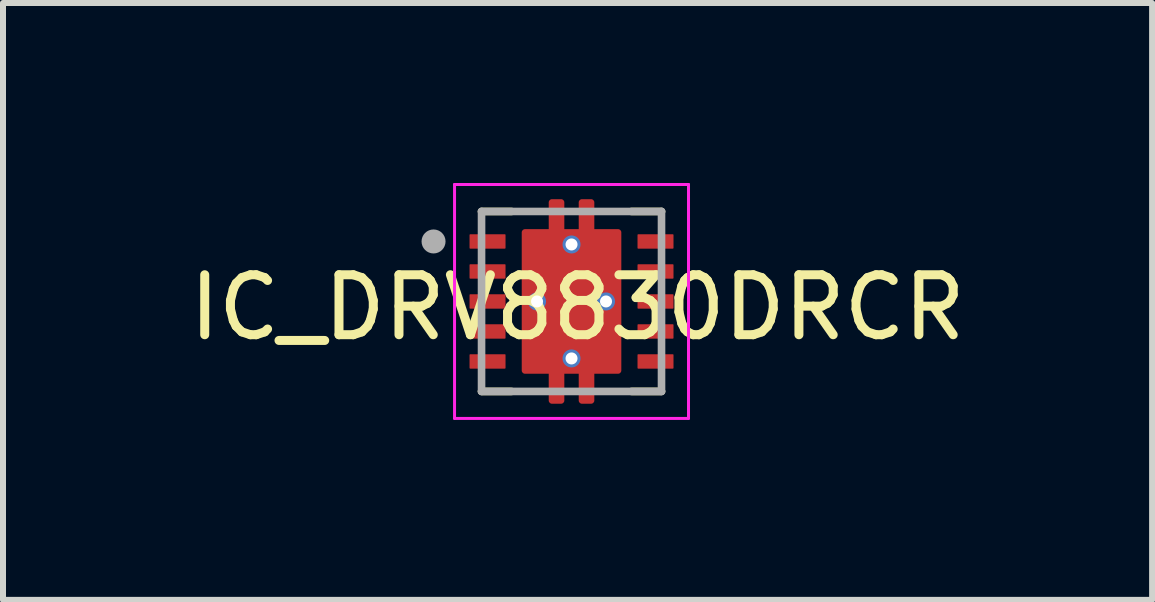
<source format=kicad_pcb>
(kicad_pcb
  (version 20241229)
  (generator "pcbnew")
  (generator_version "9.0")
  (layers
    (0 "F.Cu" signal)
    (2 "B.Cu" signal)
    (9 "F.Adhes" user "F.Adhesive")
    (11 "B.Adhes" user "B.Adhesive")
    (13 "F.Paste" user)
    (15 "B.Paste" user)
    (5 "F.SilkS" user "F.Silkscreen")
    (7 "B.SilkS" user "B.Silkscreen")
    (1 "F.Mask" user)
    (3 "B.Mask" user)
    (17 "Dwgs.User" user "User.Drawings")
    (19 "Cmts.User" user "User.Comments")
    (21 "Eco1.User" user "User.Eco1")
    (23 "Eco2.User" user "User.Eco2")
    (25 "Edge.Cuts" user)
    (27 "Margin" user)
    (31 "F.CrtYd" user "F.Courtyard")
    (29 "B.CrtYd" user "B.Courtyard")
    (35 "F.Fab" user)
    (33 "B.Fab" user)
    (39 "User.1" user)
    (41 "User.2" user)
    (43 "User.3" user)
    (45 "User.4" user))
  (footprint "IC_DRV8830DRCR"
    (layer "F.Cu")
    (at 6.477 1.975)
    (property "Reference" "IC_DRV8830DRCR" (at 0.1 0.1 0) (layer "F.SilkS") (effects (font (size 1 1) (thickness 0.15))))
    (attr smd)
    (fp_poly (pts (xy -1.65 -0.81) (xy -1.15 -0.81) (xy -1.144 -0.81) (xy -1.137 -0.811) (xy -1.131 -0.811) (xy -1.125 -0.813) (xy -1.119 -0.814) (xy -1.113 -0.816) (xy -1.107 -0.818) (xy -1.101 -0.82) (xy -1.096 -0.823) (xy -1.09 -0.826) (xy -1.085 -0.829) (xy -1.079 -0.833) (xy -1.074 -0.837) (xy -1.07 -0.841) (xy -1.065 -0.845) (xy -1.061 -0.85) (xy -1.057 -0.854) (xy -1.053 -0.859) (xy -1.049 -0.865) (xy -1.046 -0.87) (xy -1.043 -0.876) (xy -1.04 -0.881) (xy -1.038 -0.887) (xy -1.036 -0.893) (xy -1.034 -0.899) (xy -1.033 -0.905) (xy -1.031 -0.911) (xy -1.031 -0.917) (xy -1.03 -0.924) (xy -1.03 -0.93) (xy -1.03 -1.07) (xy -1.03 -1.076) (xy -1.031 -1.083) (xy -1.031 -1.089) (xy -1.033 -1.095) (xy -1.034 -1.101) (xy -1.036 -1.107) (xy -1.038 -1.113) (xy -1.04 -1.119) (xy -1.043 -1.124) (xy -1.046 -1.13) (xy -1.049 -1.135) (xy -1.053 -1.141) (xy -1.057 -1.146) (xy -1.061 -1.15) (xy -1.065 -1.155) (xy -1.07 -1.159) (xy -1.074 -1.163) (xy -1.079 -1.167) (xy -1.085 -1.171) (xy -1.09 -1.174) (xy -1.096 -1.177) (xy -1.101 -1.18) (xy -1.107 -1.182) (xy -1.113 -1.184) (xy -1.119 -1.186) (xy -1.125 -1.187) (xy -1.131 -1.189) (xy -1.137 -1.189) (xy -1.144 -1.19) (xy -1.15 -1.19) (xy -1.65 -1.19) (xy -1.656 -1.19) (xy -1.663 -1.189) (xy -1.669 -1.189) (xy -1.675 -1.187) (xy -1.681 -1.186) (xy -1.687 -1.184) (xy -1.693 -1.182) (xy -1.699 -1.18) (xy -1.704 -1.177) (xy -1.71 -1.174) (xy -1.715 -1.171) (xy -1.721 -1.167) (xy -1.726 -1.163) (xy -1.73 -1.159) (xy -1.735 -1.155) (xy -1.739 -1.15) (xy -1.743 -1.146) (xy -1.747 -1.141) (xy -1.751 -1.135) (xy -1.754 -1.13) (xy -1.757 -1.124) (xy -1.76 -1.119) (xy -1.762 -1.113) (xy -1.764 -1.107) (xy -1.766 -1.101) (xy -1.767 -1.095) (xy -1.769 -1.089) (xy -1.769 -1.083) (xy -1.77 -1.076) (xy -1.77 -1.07) (xy -1.77 -0.93) (xy -1.77 -0.924) (xy -1.769 -0.917) (xy -1.769 -0.911) (xy -1.767 -0.905) (xy -1.766 -0.899) (xy -1.764 -0.893) (xy -1.762 -0.887) (xy -1.76 -0.881) (xy -1.757 -0.876) (xy -1.754 -0.87) (xy -1.751 -0.865) (xy -1.747 -0.859) (xy -1.743 -0.854) (xy -1.739 -0.85) (xy -1.735 -0.845) (xy -1.73 -0.841) (xy -1.726 -0.837) (xy -1.721 -0.833) (xy -1.715 -0.829) (xy -1.71 -0.826) (xy -1.704 -0.823) (xy -1.699 -0.82) (xy -1.693 -0.818) (xy -1.687 -0.816) (xy -1.681 -0.814) (xy -1.675 -0.813) (xy -1.669 -0.811) (xy -1.663 -0.811) (xy -1.656 -0.81) (xy -1.65 -0.81)) (stroke (width 0.01) (type solid)) (fill yes) (layer "F.Mask"))
    (fp_poly (pts (xy -1.65 -0.31) (xy -1.15 -0.31) (xy -1.144 -0.31) (xy -1.137 -0.311) (xy -1.131 -0.311) (xy -1.125 -0.313) (xy -1.119 -0.314) (xy -1.113 -0.316) (xy -1.107 -0.318) (xy -1.101 -0.32) (xy -1.096 -0.323) (xy -1.09 -0.326) (xy -1.085 -0.329) (xy -1.079 -0.333) (xy -1.074 -0.337) (xy -1.07 -0.341) (xy -1.065 -0.345) (xy -1.061 -0.35) (xy -1.057 -0.354) (xy -1.053 -0.359) (xy -1.049 -0.365) (xy -1.046 -0.37) (xy -1.043 -0.376) (xy -1.04 -0.381) (xy -1.038 -0.387) (xy -1.036 -0.393) (xy -1.034 -0.399) (xy -1.033 -0.405) (xy -1.031 -0.411) (xy -1.031 -0.417) (xy -1.03 -0.424) (xy -1.03 -0.43) (xy -1.03 -0.57) (xy -1.03 -0.576) (xy -1.031 -0.583) (xy -1.031 -0.589) (xy -1.033 -0.595) (xy -1.034 -0.601) (xy -1.036 -0.607) (xy -1.038 -0.613) (xy -1.04 -0.619) (xy -1.043 -0.624) (xy -1.046 -0.63) (xy -1.049 -0.635) (xy -1.053 -0.641) (xy -1.057 -0.646) (xy -1.061 -0.65) (xy -1.065 -0.655) (xy -1.07 -0.659) (xy -1.074 -0.663) (xy -1.079 -0.667) (xy -1.085 -0.671) (xy -1.09 -0.674) (xy -1.096 -0.677) (xy -1.101 -0.68) (xy -1.107 -0.682) (xy -1.113 -0.684) (xy -1.119 -0.686) (xy -1.125 -0.687) (xy -1.131 -0.689) (xy -1.137 -0.689) (xy -1.144 -0.69) (xy -1.15 -0.69) (xy -1.65 -0.69) (xy -1.656 -0.69) (xy -1.663 -0.689) (xy -1.669 -0.689) (xy -1.675 -0.687) (xy -1.681 -0.686) (xy -1.687 -0.684) (xy -1.693 -0.682) (xy -1.699 -0.68) (xy -1.704 -0.677) (xy -1.71 -0.674) (xy -1.715 -0.671) (xy -1.721 -0.667) (xy -1.726 -0.663) (xy -1.73 -0.659) (xy -1.735 -0.655) (xy -1.739 -0.65) (xy -1.743 -0.646) (xy -1.747 -0.641) (xy -1.751 -0.635) (xy -1.754 -0.63) (xy -1.757 -0.624) (xy -1.76 -0.619) (xy -1.762 -0.613) (xy -1.764 -0.607) (xy -1.766 -0.601) (xy -1.767 -0.595) (xy -1.769 -0.589) (xy -1.769 -0.583) (xy -1.77 -0.576) (xy -1.77 -0.57) (xy -1.77 -0.43) (xy -1.77 -0.424) (xy -1.769 -0.417) (xy -1.769 -0.411) (xy -1.767 -0.405) (xy -1.766 -0.399) (xy -1.764 -0.393) (xy -1.762 -0.387) (xy -1.76 -0.381) (xy -1.757 -0.376) (xy -1.754 -0.37) (xy -1.751 -0.365) (xy -1.747 -0.359) (xy -1.743 -0.354) (xy -1.739 -0.35) (xy -1.735 -0.345) (xy -1.73 -0.341) (xy -1.726 -0.337) (xy -1.721 -0.333) (xy -1.715 -0.329) (xy -1.71 -0.326) (xy -1.704 -0.323) (xy -1.699 -0.32) (xy -1.693 -0.318) (xy -1.687 -0.316) (xy -1.681 -0.314) (xy -1.675 -0.313) (xy -1.669 -0.311) (xy -1.663 -0.311) (xy -1.656 -0.31) (xy -1.65 -0.31)) (stroke (width 0.01) (type solid)) (fill yes) (layer "F.Mask"))
    (fp_poly (pts (xy -1.65 0.19) (xy -1.15 0.19) (xy -1.144 0.19) (xy -1.137 0.189) (xy -1.131 0.189) (xy -1.125 0.187) (xy -1.119 0.186) (xy -1.113 0.184) (xy -1.107 0.182) (xy -1.101 0.18) (xy -1.096 0.177) (xy -1.09 0.174) (xy -1.085 0.171) (xy -1.079 0.167) (xy -1.074 0.163) (xy -1.07 0.159) (xy -1.065 0.155) (xy -1.061 0.15) (xy -1.057 0.146) (xy -1.053 0.141) (xy -1.049 0.135) (xy -1.046 0.13) (xy -1.043 0.124) (xy -1.04 0.119) (xy -1.038 0.113) (xy -1.036 0.107) (xy -1.034 0.101) (xy -1.033 0.095) (xy -1.031 0.089) (xy -1.031 0.083) (xy -1.03 0.076) (xy -1.03 0.07) (xy -1.03 -0.07) (xy -1.03 -0.076) (xy -1.031 -0.083) (xy -1.031 -0.089) (xy -1.033 -0.095) (xy -1.034 -0.101) (xy -1.036 -0.107) (xy -1.038 -0.113) (xy -1.04 -0.119) (xy -1.043 -0.124) (xy -1.046 -0.13) (xy -1.049 -0.135) (xy -1.053 -0.141) (xy -1.057 -0.146) (xy -1.061 -0.15) (xy -1.065 -0.155) (xy -1.07 -0.159) (xy -1.074 -0.163) (xy -1.079 -0.167) (xy -1.085 -0.171) (xy -1.09 -0.174) (xy -1.096 -0.177) (xy -1.101 -0.18) (xy -1.107 -0.182) (xy -1.113 -0.184) (xy -1.119 -0.186) (xy -1.125 -0.187) (xy -1.131 -0.189) (xy -1.137 -0.189) (xy -1.144 -0.19) (xy -1.15 -0.19) (xy -1.65 -0.19) (xy -1.656 -0.19) (xy -1.663 -0.189) (xy -1.669 -0.189) (xy -1.675 -0.187) (xy -1.681 -0.186) (xy -1.687 -0.184) (xy -1.693 -0.182) (xy -1.699 -0.18) (xy -1.704 -0.177) (xy -1.71 -0.174) (xy -1.715 -0.171) (xy -1.721 -0.167) (xy -1.726 -0.163) (xy -1.73 -0.159) (xy -1.735 -0.155) (xy -1.739 -0.15) (xy -1.743 -0.146) (xy -1.747 -0.141) (xy -1.751 -0.135) (xy -1.754 -0.13) (xy -1.757 -0.124) (xy -1.76 -0.119) (xy -1.762 -0.113) (xy -1.764 -0.107) (xy -1.766 -0.101) (xy -1.767 -0.095) (xy -1.769 -0.089) (xy -1.769 -0.083) (xy -1.77 -0.076) (xy -1.77 -0.07) (xy -1.77 0.07) (xy -1.77 0.076) (xy -1.769 0.083) (xy -1.769 0.089) (xy -1.767 0.095) (xy -1.766 0.101) (xy -1.764 0.107) (xy -1.762 0.113) (xy -1.76 0.119) (xy -1.757 0.124) (xy -1.754 0.13) (xy -1.751 0.135) (xy -1.747 0.141) (xy -1.743 0.146) (xy -1.739 0.15) (xy -1.735 0.155) (xy -1.73 0.159) (xy -1.726 0.163) (xy -1.721 0.167) (xy -1.715 0.171) (xy -1.71 0.174) (xy -1.704 0.177) (xy -1.699 0.18) (xy -1.693 0.182) (xy -1.687 0.184) (xy -1.681 0.186) (xy -1.675 0.187) (xy -1.669 0.189) (xy -1.663 0.189) (xy -1.656 0.19) (xy -1.65 0.19)) (stroke (width 0.01) (type solid)) (fill yes) (layer "F.Mask"))
    (fp_poly (pts (xy -1.65 0.69) (xy -1.15 0.69) (xy -1.144 0.69) (xy -1.137 0.689) (xy -1.131 0.689) (xy -1.125 0.687) (xy -1.119 0.686) (xy -1.113 0.684) (xy -1.107 0.682) (xy -1.101 0.68) (xy -1.096 0.677) (xy -1.09 0.674) (xy -1.085 0.671) (xy -1.079 0.667) (xy -1.074 0.663) (xy -1.07 0.659) (xy -1.065 0.655) (xy -1.061 0.65) (xy -1.057 0.646) (xy -1.053 0.641) (xy -1.049 0.635) (xy -1.046 0.63) (xy -1.043 0.624) (xy -1.04 0.619) (xy -1.038 0.613) (xy -1.036 0.607) (xy -1.034 0.601) (xy -1.033 0.595) (xy -1.031 0.589) (xy -1.031 0.583) (xy -1.03 0.576) (xy -1.03 0.57) (xy -1.03 0.43) (xy -1.03 0.424) (xy -1.031 0.417) (xy -1.031 0.411) (xy -1.033 0.405) (xy -1.034 0.399) (xy -1.036 0.393) (xy -1.038 0.387) (xy -1.04 0.381) (xy -1.043 0.376) (xy -1.046 0.37) (xy -1.049 0.365) (xy -1.053 0.359) (xy -1.057 0.354) (xy -1.061 0.35) (xy -1.065 0.345) (xy -1.07 0.341) (xy -1.074 0.337) (xy -1.079 0.333) (xy -1.085 0.329) (xy -1.09 0.326) (xy -1.096 0.323) (xy -1.101 0.32) (xy -1.107 0.318) (xy -1.113 0.316) (xy -1.119 0.314) (xy -1.125 0.313) (xy -1.131 0.311) (xy -1.137 0.311) (xy -1.144 0.31) (xy -1.15 0.31) (xy -1.65 0.31) (xy -1.656 0.31) (xy -1.663 0.311) (xy -1.669 0.311) (xy -1.675 0.313) (xy -1.681 0.314) (xy -1.687 0.316) (xy -1.693 0.318) (xy -1.699 0.32) (xy -1.704 0.323) (xy -1.71 0.326) (xy -1.715 0.329) (xy -1.721 0.333) (xy -1.726 0.337) (xy -1.73 0.341) (xy -1.735 0.345) (xy -1.739 0.35) (xy -1.743 0.354) (xy -1.747 0.359) (xy -1.751 0.365) (xy -1.754 0.37) (xy -1.757 0.376) (xy -1.76 0.381) (xy -1.762 0.387) (xy -1.764 0.393) (xy -1.766 0.399) (xy -1.767 0.405) (xy -1.769 0.411) (xy -1.769 0.417) (xy -1.77 0.424) (xy -1.77 0.43) (xy -1.77 0.57) (xy -1.77 0.576) (xy -1.769 0.583) (xy -1.769 0.589) (xy -1.767 0.595) (xy -1.766 0.601) (xy -1.764 0.607) (xy -1.762 0.613) (xy -1.76 0.619) (xy -1.757 0.624) (xy -1.754 0.63) (xy -1.751 0.635) (xy -1.747 0.641) (xy -1.743 0.646) (xy -1.739 0.65) (xy -1.735 0.655) (xy -1.73 0.659) (xy -1.726 0.663) (xy -1.721 0.667) (xy -1.715 0.671) (xy -1.71 0.674) (xy -1.704 0.677) (xy -1.699 0.68) (xy -1.693 0.682) (xy -1.687 0.684) (xy -1.681 0.686) (xy -1.675 0.687) (xy -1.669 0.689) (xy -1.663 0.689) (xy -1.656 0.69) (xy -1.65 0.69)) (stroke (width 0.01) (type solid)) (fill yes) (layer "F.Mask"))
    (fp_poly (pts (xy -1.65 1.19) (xy -1.15 1.19) (xy -1.144 1.19) (xy -1.137 1.189) (xy -1.131 1.189) (xy -1.125 1.187) (xy -1.119 1.186) (xy -1.113 1.184) (xy -1.107 1.182) (xy -1.101 1.18) (xy -1.096 1.177) (xy -1.09 1.174) (xy -1.085 1.171) (xy -1.079 1.167) (xy -1.074 1.163) (xy -1.07 1.159) (xy -1.065 1.155) (xy -1.061 1.15) (xy -1.057 1.146) (xy -1.053 1.141) (xy -1.049 1.135) (xy -1.046 1.13) (xy -1.043 1.124) (xy -1.04 1.119) (xy -1.038 1.113) (xy -1.036 1.107) (xy -1.034 1.101) (xy -1.033 1.095) (xy -1.031 1.089) (xy -1.031 1.083) (xy -1.03 1.076) (xy -1.03 1.07) (xy -1.03 0.93) (xy -1.03 0.924) (xy -1.031 0.917) (xy -1.031 0.911) (xy -1.033 0.905) (xy -1.034 0.899) (xy -1.036 0.893) (xy -1.038 0.887) (xy -1.04 0.881) (xy -1.043 0.876) (xy -1.046 0.87) (xy -1.049 0.865) (xy -1.053 0.859) (xy -1.057 0.854) (xy -1.061 0.85) (xy -1.065 0.845) (xy -1.07 0.841) (xy -1.074 0.837) (xy -1.079 0.833) (xy -1.085 0.829) (xy -1.09 0.826) (xy -1.096 0.823) (xy -1.101 0.82) (xy -1.107 0.818) (xy -1.113 0.816) (xy -1.119 0.814) (xy -1.125 0.813) (xy -1.131 0.811) (xy -1.137 0.811) (xy -1.144 0.81) (xy -1.15 0.81) (xy -1.65 0.81) (xy -1.656 0.81) (xy -1.663 0.811) (xy -1.669 0.811) (xy -1.675 0.813) (xy -1.681 0.814) (xy -1.687 0.816) (xy -1.693 0.818) (xy -1.699 0.82) (xy -1.704 0.823) (xy -1.71 0.826) (xy -1.715 0.829) (xy -1.721 0.833) (xy -1.726 0.837) (xy -1.73 0.841) (xy -1.735 0.845) (xy -1.739 0.85) (xy -1.743 0.854) (xy -1.747 0.859) (xy -1.751 0.865) (xy -1.754 0.87) (xy -1.757 0.876) (xy -1.76 0.881) (xy -1.762 0.887) (xy -1.764 0.893) (xy -1.766 0.899) (xy -1.767 0.905) (xy -1.769 0.911) (xy -1.769 0.917) (xy -1.77 0.924) (xy -1.77 0.93) (xy -1.77 1.07) (xy -1.77 1.076) (xy -1.769 1.083) (xy -1.769 1.089) (xy -1.767 1.095) (xy -1.766 1.101) (xy -1.764 1.107) (xy -1.762 1.113) (xy -1.76 1.119) (xy -1.757 1.124) (xy -1.754 1.13) (xy -1.751 1.135) (xy -1.747 1.141) (xy -1.743 1.146) (xy -1.739 1.15) (xy -1.735 1.155) (xy -1.73 1.159) (xy -1.726 1.163) (xy -1.721 1.167) (xy -1.715 1.171) (xy -1.71 1.174) (xy -1.704 1.177) (xy -1.699 1.18) (xy -1.693 1.182) (xy -1.687 1.184) (xy -1.681 1.186) (xy -1.675 1.187) (xy -1.669 1.189) (xy -1.663 1.189) (xy -1.656 1.19) (xy -1.65 1.19)) (stroke (width 0.01) (type solid)) (fill yes) (layer "F.Mask"))
    (fp_poly (pts (xy 1.15 -0.81) (xy 1.65 -0.81) (xy 1.656 -0.81) (xy 1.663 -0.811) (xy 1.669 -0.811) (xy 1.675 -0.813) (xy 1.681 -0.814) (xy 1.687 -0.816) (xy 1.693 -0.818) (xy 1.699 -0.82) (xy 1.704 -0.823) (xy 1.71 -0.826) (xy 1.715 -0.829) (xy 1.721 -0.833) (xy 1.726 -0.837) (xy 1.73 -0.841) (xy 1.735 -0.845) (xy 1.739 -0.85) (xy 1.743 -0.854) (xy 1.747 -0.859) (xy 1.751 -0.865) (xy 1.754 -0.87) (xy 1.757 -0.876) (xy 1.76 -0.881) (xy 1.762 -0.887) (xy 1.764 -0.893) (xy 1.766 -0.899) (xy 1.767 -0.905) (xy 1.769 -0.911) (xy 1.769 -0.917) (xy 1.77 -0.924) (xy 1.77 -0.93) (xy 1.77 -1.07) (xy 1.77 -1.076) (xy 1.769 -1.083) (xy 1.769 -1.089) (xy 1.767 -1.095) (xy 1.766 -1.101) (xy 1.764 -1.107) (xy 1.762 -1.113) (xy 1.76 -1.119) (xy 1.757 -1.124) (xy 1.754 -1.13) (xy 1.751 -1.135) (xy 1.747 -1.141) (xy 1.743 -1.146) (xy 1.739 -1.15) (xy 1.735 -1.155) (xy 1.73 -1.159) (xy 1.726 -1.163) (xy 1.721 -1.167) (xy 1.715 -1.171) (xy 1.71 -1.174) (xy 1.704 -1.177) (xy 1.699 -1.18) (xy 1.693 -1.182) (xy 1.687 -1.184) (xy 1.681 -1.186) (xy 1.675 -1.187) (xy 1.669 -1.189) (xy 1.663 -1.189) (xy 1.656 -1.19) (xy 1.65 -1.19) (xy 1.15 -1.19) (xy 1.144 -1.19) (xy 1.137 -1.189) (xy 1.131 -1.189) (xy 1.125 -1.187) (xy 1.119 -1.186) (xy 1.113 -1.184) (xy 1.107 -1.182) (xy 1.101 -1.18) (xy 1.096 -1.177) (xy 1.09 -1.174) (xy 1.085 -1.171) (xy 1.079 -1.167) (xy 1.074 -1.163) (xy 1.07 -1.159) (xy 1.065 -1.155) (xy 1.061 -1.15) (xy 1.057 -1.146) (xy 1.053 -1.141) (xy 1.049 -1.135) (xy 1.046 -1.13) (xy 1.043 -1.124) (xy 1.04 -1.119) (xy 1.038 -1.113) (xy 1.036 -1.107) (xy 1.034 -1.101) (xy 1.033 -1.095) (xy 1.031 -1.089) (xy 1.031 -1.083) (xy 1.03 -1.076) (xy 1.03 -1.07) (xy 1.03 -0.93) (xy 1.03 -0.924) (xy 1.031 -0.917) (xy 1.031 -0.911) (xy 1.033 -0.905) (xy 1.034 -0.899) (xy 1.036 -0.893) (xy 1.038 -0.887) (xy 1.04 -0.881) (xy 1.043 -0.876) (xy 1.046 -0.87) (xy 1.049 -0.865) (xy 1.053 -0.859) (xy 1.057 -0.854) (xy 1.061 -0.85) (xy 1.065 -0.845) (xy 1.07 -0.841) (xy 1.074 -0.837) (xy 1.079 -0.833) (xy 1.085 -0.829) (xy 1.09 -0.826) (xy 1.096 -0.823) (xy 1.101 -0.82) (xy 1.107 -0.818) (xy 1.113 -0.816) (xy 1.119 -0.814) (xy 1.125 -0.813) (xy 1.131 -0.811) (xy 1.137 -0.811) (xy 1.144 -0.81) (xy 1.15 -0.81)) (stroke (width 0.01) (type solid)) (fill yes) (layer "F.Mask"))
    (fp_poly (pts (xy 1.15 -0.31) (xy 1.65 -0.31) (xy 1.656 -0.31) (xy 1.663 -0.311) (xy 1.669 -0.311) (xy 1.675 -0.313) (xy 1.681 -0.314) (xy 1.687 -0.316) (xy 1.693 -0.318) (xy 1.699 -0.32) (xy 1.704 -0.323) (xy 1.71 -0.326) (xy 1.715 -0.329) (xy 1.721 -0.333) (xy 1.726 -0.337) (xy 1.73 -0.341) (xy 1.735 -0.345) (xy 1.739 -0.35) (xy 1.743 -0.354) (xy 1.747 -0.359) (xy 1.751 -0.365) (xy 1.754 -0.37) (xy 1.757 -0.376) (xy 1.76 -0.381) (xy 1.762 -0.387) (xy 1.764 -0.393) (xy 1.766 -0.399) (xy 1.767 -0.405) (xy 1.769 -0.411) (xy 1.769 -0.417) (xy 1.77 -0.424) (xy 1.77 -0.43) (xy 1.77 -0.57) (xy 1.77 -0.576) (xy 1.769 -0.583) (xy 1.769 -0.589) (xy 1.767 -0.595) (xy 1.766 -0.601) (xy 1.764 -0.607) (xy 1.762 -0.613) (xy 1.76 -0.619) (xy 1.757 -0.624) (xy 1.754 -0.63) (xy 1.751 -0.635) (xy 1.747 -0.641) (xy 1.743 -0.646) (xy 1.739 -0.65) (xy 1.735 -0.655) (xy 1.73 -0.659) (xy 1.726 -0.663) (xy 1.721 -0.667) (xy 1.715 -0.671) (xy 1.71 -0.674) (xy 1.704 -0.677) (xy 1.699 -0.68) (xy 1.693 -0.682) (xy 1.687 -0.684) (xy 1.681 -0.686) (xy 1.675 -0.687) (xy 1.669 -0.689) (xy 1.663 -0.689) (xy 1.656 -0.69) (xy 1.65 -0.69) (xy 1.15 -0.69) (xy 1.144 -0.69) (xy 1.137 -0.689) (xy 1.131 -0.689) (xy 1.125 -0.687) (xy 1.119 -0.686) (xy 1.113 -0.684) (xy 1.107 -0.682) (xy 1.101 -0.68) (xy 1.096 -0.677) (xy 1.09 -0.674) (xy 1.085 -0.671) (xy 1.079 -0.667) (xy 1.074 -0.663) (xy 1.07 -0.659) (xy 1.065 -0.655) (xy 1.061 -0.65) (xy 1.057 -0.646) (xy 1.053 -0.641) (xy 1.049 -0.635) (xy 1.046 -0.63) (xy 1.043 -0.624) (xy 1.04 -0.619) (xy 1.038 -0.613) (xy 1.036 -0.607) (xy 1.034 -0.601) (xy 1.033 -0.595) (xy 1.031 -0.589) (xy 1.031 -0.583) (xy 1.03 -0.576) (xy 1.03 -0.57) (xy 1.03 -0.43) (xy 1.03 -0.424) (xy 1.031 -0.417) (xy 1.031 -0.411) (xy 1.033 -0.405) (xy 1.034 -0.399) (xy 1.036 -0.393) (xy 1.038 -0.387) (xy 1.04 -0.381) (xy 1.043 -0.376) (xy 1.046 -0.37) (xy 1.049 -0.365) (xy 1.053 -0.359) (xy 1.057 -0.354) (xy 1.061 -0.35) (xy 1.065 -0.345) (xy 1.07 -0.341) (xy 1.074 -0.337) (xy 1.079 -0.333) (xy 1.085 -0.329) (xy 1.09 -0.326) (xy 1.096 -0.323) (xy 1.101 -0.32) (xy 1.107 -0.318) (xy 1.113 -0.316) (xy 1.119 -0.314) (xy 1.125 -0.313) (xy 1.131 -0.311) (xy 1.137 -0.311) (xy 1.144 -0.31) (xy 1.15 -0.31)) (stroke (width 0.01) (type solid)) (fill yes) (layer "F.Mask"))
    (fp_poly (pts (xy 1.15 0.19) (xy 1.65 0.19) (xy 1.656 0.19) (xy 1.663 0.189) (xy 1.669 0.189) (xy 1.675 0.187) (xy 1.681 0.186) (xy 1.687 0.184) (xy 1.693 0.182) (xy 1.699 0.18) (xy 1.704 0.177) (xy 1.71 0.174) (xy 1.715 0.171) (xy 1.721 0.167) (xy 1.726 0.163) (xy 1.73 0.159) (xy 1.735 0.155) (xy 1.739 0.15) (xy 1.743 0.146) (xy 1.747 0.141) (xy 1.751 0.135) (xy 1.754 0.13) (xy 1.757 0.124) (xy 1.76 0.119) (xy 1.762 0.113) (xy 1.764 0.107) (xy 1.766 0.101) (xy 1.767 0.095) (xy 1.769 0.089) (xy 1.769 0.083) (xy 1.77 0.076) (xy 1.77 0.07) (xy 1.77 -0.07) (xy 1.77 -0.076) (xy 1.769 -0.083) (xy 1.769 -0.089) (xy 1.767 -0.095) (xy 1.766 -0.101) (xy 1.764 -0.107) (xy 1.762 -0.113) (xy 1.76 -0.119) (xy 1.757 -0.124) (xy 1.754 -0.13) (xy 1.751 -0.135) (xy 1.747 -0.141) (xy 1.743 -0.146) (xy 1.739 -0.15) (xy 1.735 -0.155) (xy 1.73 -0.159) (xy 1.726 -0.163) (xy 1.721 -0.167) (xy 1.715 -0.171) (xy 1.71 -0.174) (xy 1.704 -0.177) (xy 1.699 -0.18) (xy 1.693 -0.182) (xy 1.687 -0.184) (xy 1.681 -0.186) (xy 1.675 -0.187) (xy 1.669 -0.189) (xy 1.663 -0.189) (xy 1.656 -0.19) (xy 1.65 -0.19) (xy 1.15 -0.19) (xy 1.144 -0.19) (xy 1.137 -0.189) (xy 1.131 -0.189) (xy 1.125 -0.187) (xy 1.119 -0.186) (xy 1.113 -0.184) (xy 1.107 -0.182) (xy 1.101 -0.18) (xy 1.096 -0.177) (xy 1.09 -0.174) (xy 1.085 -0.171) (xy 1.079 -0.167) (xy 1.074 -0.163) (xy 1.07 -0.159) (xy 1.065 -0.155) (xy 1.061 -0.15) (xy 1.057 -0.146) (xy 1.053 -0.141) (xy 1.049 -0.135) (xy 1.046 -0.13) (xy 1.043 -0.124) (xy 1.04 -0.119) (xy 1.038 -0.113) (xy 1.036 -0.107) (xy 1.034 -0.101) (xy 1.033 -0.095) (xy 1.031 -0.089) (xy 1.031 -0.083) (xy 1.03 -0.076) (xy 1.03 -0.07) (xy 1.03 0.07) (xy 1.03 0.076) (xy 1.031 0.083) (xy 1.031 0.089) (xy 1.033 0.095) (xy 1.034 0.101) (xy 1.036 0.107) (xy 1.038 0.113) (xy 1.04 0.119) (xy 1.043 0.124) (xy 1.046 0.13) (xy 1.049 0.135) (xy 1.053 0.141) (xy 1.057 0.146) (xy 1.061 0.15) (xy 1.065 0.155) (xy 1.07 0.159) (xy 1.074 0.163) (xy 1.079 0.167) (xy 1.085 0.171) (xy 1.09 0.174) (xy 1.096 0.177) (xy 1.101 0.18) (xy 1.107 0.182) (xy 1.113 0.184) (xy 1.119 0.186) (xy 1.125 0.187) (xy 1.131 0.189) (xy 1.137 0.189) (xy 1.144 0.19) (xy 1.15 0.19)) (stroke (width 0.01) (type solid)) (fill yes) (layer "F.Mask"))
    (fp_poly (pts (xy 1.15 0.69) (xy 1.65 0.69) (xy 1.656 0.69) (xy 1.663 0.689) (xy 1.669 0.689) (xy 1.675 0.687) (xy 1.681 0.686) (xy 1.687 0.684) (xy 1.693 0.682) (xy 1.699 0.68) (xy 1.704 0.677) (xy 1.71 0.674) (xy 1.715 0.671) (xy 1.721 0.667) (xy 1.726 0.663) (xy 1.73 0.659) (xy 1.735 0.655) (xy 1.739 0.65) (xy 1.743 0.646) (xy 1.747 0.641) (xy 1.751 0.635) (xy 1.754 0.63) (xy 1.757 0.624) (xy 1.76 0.619) (xy 1.762 0.613) (xy 1.764 0.607) (xy 1.766 0.601) (xy 1.767 0.595) (xy 1.769 0.589) (xy 1.769 0.583) (xy 1.77 0.576) (xy 1.77 0.57) (xy 1.77 0.43) (xy 1.77 0.424) (xy 1.769 0.417) (xy 1.769 0.411) (xy 1.767 0.405) (xy 1.766 0.399) (xy 1.764 0.393) (xy 1.762 0.387) (xy 1.76 0.381) (xy 1.757 0.376) (xy 1.754 0.37) (xy 1.751 0.365) (xy 1.747 0.359) (xy 1.743 0.354) (xy 1.739 0.35) (xy 1.735 0.345) (xy 1.73 0.341) (xy 1.726 0.337) (xy 1.721 0.333) (xy 1.715 0.329) (xy 1.71 0.326) (xy 1.704 0.323) (xy 1.699 0.32) (xy 1.693 0.318) (xy 1.687 0.316) (xy 1.681 0.314) (xy 1.675 0.313) (xy 1.669 0.311) (xy 1.663 0.311) (xy 1.656 0.31) (xy 1.65 0.31) (xy 1.15 0.31) (xy 1.144 0.31) (xy 1.137 0.311) (xy 1.131 0.311) (xy 1.125 0.313) (xy 1.119 0.314) (xy 1.113 0.316) (xy 1.107 0.318) (xy 1.101 0.32) (xy 1.096 0.323) (xy 1.09 0.326) (xy 1.085 0.329) (xy 1.079 0.333) (xy 1.074 0.337) (xy 1.07 0.341) (xy 1.065 0.345) (xy 1.061 0.35) (xy 1.057 0.354) (xy 1.053 0.359) (xy 1.049 0.365) (xy 1.046 0.37) (xy 1.043 0.376) (xy 1.04 0.381) (xy 1.038 0.387) (xy 1.036 0.393) (xy 1.034 0.399) (xy 1.033 0.405) (xy 1.031 0.411) (xy 1.031 0.417) (xy 1.03 0.424) (xy 1.03 0.43) (xy 1.03 0.57) (xy 1.03 0.576) (xy 1.031 0.583) (xy 1.031 0.589) (xy 1.033 0.595) (xy 1.034 0.601) (xy 1.036 0.607) (xy 1.038 0.613) (xy 1.04 0.619) (xy 1.043 0.624) (xy 1.046 0.63) (xy 1.049 0.635) (xy 1.053 0.641) (xy 1.057 0.646) (xy 1.061 0.65) (xy 1.065 0.655) (xy 1.07 0.659) (xy 1.074 0.663) (xy 1.079 0.667) (xy 1.085 0.671) (xy 1.09 0.674) (xy 1.096 0.677) (xy 1.101 0.68) (xy 1.107 0.682) (xy 1.113 0.684) (xy 1.119 0.686) (xy 1.125 0.687) (xy 1.131 0.689) (xy 1.137 0.689) (xy 1.144 0.69) (xy 1.15 0.69)) (stroke (width 0.01) (type solid)) (fill yes) (layer "F.Mask"))
    (fp_poly (pts (xy 1.15 1.19) (xy 1.65 1.19) (xy 1.656 1.19) (xy 1.663 1.189) (xy 1.669 1.189) (xy 1.675 1.187) (xy 1.681 1.186) (xy 1.687 1.184) (xy 1.693 1.182) (xy 1.699 1.18) (xy 1.704 1.177) (xy 1.71 1.174) (xy 1.715 1.171) (xy 1.721 1.167) (xy 1.726 1.163) (xy 1.73 1.159) (xy 1.735 1.155) (xy 1.739 1.15) (xy 1.743 1.146) (xy 1.747 1.141) (xy 1.751 1.135) (xy 1.754 1.13) (xy 1.757 1.124) (xy 1.76 1.119) (xy 1.762 1.113) (xy 1.764 1.107) (xy 1.766 1.101) (xy 1.767 1.095) (xy 1.769 1.089) (xy 1.769 1.083) (xy 1.77 1.076) (xy 1.77 1.07) (xy 1.77 0.93) (xy 1.77 0.924) (xy 1.769 0.917) (xy 1.769 0.911) (xy 1.767 0.905) (xy 1.766 0.899) (xy 1.764 0.893) (xy 1.762 0.887) (xy 1.76 0.881) (xy 1.757 0.876) (xy 1.754 0.87) (xy 1.751 0.865) (xy 1.747 0.859) (xy 1.743 0.854) (xy 1.739 0.85) (xy 1.735 0.845) (xy 1.73 0.841) (xy 1.726 0.837) (xy 1.721 0.833) (xy 1.715 0.829) (xy 1.71 0.826) (xy 1.704 0.823) (xy 1.699 0.82) (xy 1.693 0.818) (xy 1.687 0.816) (xy 1.681 0.814) (xy 1.675 0.813) (xy 1.669 0.811) (xy 1.663 0.811) (xy 1.656 0.81) (xy 1.65 0.81) (xy 1.15 0.81) (xy 1.144 0.81) (xy 1.137 0.811) (xy 1.131 0.811) (xy 1.125 0.813) (xy 1.119 0.814) (xy 1.113 0.816) (xy 1.107 0.818) (xy 1.101 0.82) (xy 1.096 0.823) (xy 1.09 0.826) (xy 1.085 0.829) (xy 1.079 0.833) (xy 1.074 0.837) (xy 1.07 0.841) (xy 1.065 0.845) (xy 1.061 0.85) (xy 1.057 0.854) (xy 1.053 0.859) (xy 1.049 0.865) (xy 1.046 0.87) (xy 1.043 0.876) (xy 1.04 0.881) (xy 1.038 0.887) (xy 1.036 0.893) (xy 1.034 0.899) (xy 1.033 0.905) (xy 1.031 0.911) (xy 1.031 0.917) (xy 1.03 0.924) (xy 1.03 0.93) (xy 1.03 1.07) (xy 1.03 1.076) (xy 1.031 1.083) (xy 1.031 1.089) (xy 1.033 1.095) (xy 1.034 1.101) (xy 1.036 1.107) (xy 1.038 1.113) (xy 1.04 1.119) (xy 1.043 1.124) (xy 1.046 1.13) (xy 1.049 1.135) (xy 1.053 1.141) (xy 1.057 1.146) (xy 1.061 1.15) (xy 1.065 1.155) (xy 1.07 1.159) (xy 1.074 1.163) (xy 1.079 1.167) (xy 1.085 1.171) (xy 1.09 1.174) (xy 1.096 1.177) (xy 1.101 1.18) (xy 1.107 1.182) (xy 1.113 1.184) (xy 1.119 1.186) (xy 1.125 1.187) (xy 1.131 1.189) (xy 1.137 1.189) (xy 1.144 1.19) (xy 1.15 1.19)) (stroke (width 0.01) (type solid)) (fill yes) (layer "F.Mask"))
    (fp_poly (pts (xy -0.445 1.27) (xy -0.775 1.27) (xy -0.781 1.27) (xy -0.788 1.269) (xy -0.794 1.269) (xy -0.8 1.267) (xy -0.806 1.266) (xy -0.812 1.264) (xy -0.818 1.262) (xy -0.824 1.26) (xy -0.829 1.257) (xy -0.835 1.254) (xy -0.84 1.251) (xy -0.846 1.247) (xy -0.851 1.243) (xy -0.855 1.239) (xy -0.86 1.235) (xy -0.864 1.23) (xy -0.868 1.226) (xy -0.872 1.221) (xy -0.876 1.215) (xy -0.879 1.21) (xy -0.882 1.204) (xy -0.885 1.199) (xy -0.887 1.193) (xy -0.889 1.187) (xy -0.891 1.181) (xy -0.892 1.175) (xy -0.894 1.169) (xy -0.894 1.163) (xy -0.895 1.156) (xy -0.895 1.15) (xy -0.895 -1.15) (xy -0.895 -1.156) (xy -0.894 -1.163) (xy -0.894 -1.169) (xy -0.892 -1.175) (xy -0.891 -1.181) (xy -0.889 -1.187) (xy -0.887 -1.193) (xy -0.885 -1.199) (xy -0.882 -1.204) (xy -0.879 -1.21) (xy -0.876 -1.215) (xy -0.872 -1.221) (xy -0.868 -1.226) (xy -0.864 -1.23) (xy -0.86 -1.235) (xy -0.855 -1.239) (xy -0.851 -1.243) (xy -0.846 -1.247) (xy -0.84 -1.251) (xy -0.835 -1.254) (xy -0.829 -1.257) (xy -0.824 -1.26) (xy -0.818 -1.262) (xy -0.812 -1.264) (xy -0.806 -1.266) (xy -0.8 -1.267) (xy -0.794 -1.269) (xy -0.788 -1.269) (xy -0.781 -1.27) (xy -0.775 -1.27) (xy -0.445 -1.27) (xy -0.445 -1.65) (xy -0.445 -1.656) (xy -0.444 -1.663) (xy -0.444 -1.669) (xy -0.442 -1.675) (xy -0.441 -1.681) (xy -0.439 -1.687) (xy -0.437 -1.693) (xy -0.435 -1.699) (xy -0.432 -1.704) (xy -0.429 -1.71) (xy -0.426 -1.715) (xy -0.422 -1.721) (xy -0.418 -1.726) (xy -0.414 -1.73) (xy -0.41 -1.735) (xy -0.405 -1.739) (xy -0.401 -1.743) (xy -0.396 -1.747) (xy -0.39 -1.751) (xy -0.385 -1.754) (xy -0.379 -1.757) (xy -0.374 -1.76) (xy -0.368 -1.762) (xy -0.362 -1.764) (xy -0.356 -1.766) (xy -0.35 -1.767) (xy -0.344 -1.769) (xy -0.338 -1.769) (xy -0.331 -1.77) (xy -0.325 -1.77) (xy -0.175 -1.77) (xy -0.169 -1.77) (xy -0.162 -1.769) (xy -0.156 -1.769) (xy -0.15 -1.767) (xy -0.144 -1.766) (xy -0.138 -1.764) (xy -0.132 -1.762) (xy -0.126 -1.76) (xy -0.121 -1.757) (xy -0.115 -1.754) (xy -0.11 -1.751) (xy -0.104 -1.747) (xy -0.099 -1.743) (xy -0.095 -1.739) (xy -0.09 -1.735) (xy -0.086 -1.73) (xy -0.082 -1.726) (xy -0.078 -1.721) (xy -0.074 -1.715) (xy -0.071 -1.71) (xy -0.068 -1.704) (xy -0.065 -1.699) (xy -0.063 -1.693) (xy -0.061 -1.687) (xy -0.059 -1.681) (xy -0.058 -1.675) (xy -0.056 -1.669) (xy -0.056 -1.663) (xy -0.055 -1.656) (xy -0.055 -1.65) (xy -0.055 -1.27) (xy 0.055 -1.27) (xy 0.055 -1.65) (xy 0.055 -1.656) (xy 0.056 -1.663) (xy 0.056 -1.669) (xy 0.058 -1.675) (xy 0.059 -1.681) (xy 0.061 -1.687) (xy 0.063 -1.693) (xy 0.065 -1.699) (xy 0.068 -1.704) (xy 0.071 -1.71) (xy 0.074 -1.715) (xy 0.078 -1.721) (xy 0.082 -1.726) (xy 0.086 -1.73) (xy 0.09 -1.735) (xy 0.095 -1.739) (xy 0.099 -1.743) (xy 0.104 -1.747) (xy 0.11 -1.751) (xy 0.115 -1.754) (xy 0.121 -1.757) (xy 0.126 -1.76) (xy 0.132 -1.762) (xy 0.138 -1.764) (xy 0.144 -1.766) (xy 0.15 -1.767) (xy 0.156 -1.769) (xy 0.162 -1.769) (xy 0.169 -1.77) (xy 0.175 -1.77) (xy 0.325 -1.77) (xy 0.331 -1.77) (xy 0.338 -1.769) (xy 0.344 -1.769) (xy 0.35 -1.767) (xy 0.356 -1.766) (xy 0.362 -1.764) (xy 0.368 -1.762) (xy 0.374 -1.76) (xy 0.379 -1.757) (xy 0.385 -1.754) (xy 0.39 -1.751) (xy 0.396 -1.747) (xy 0.401 -1.743) (xy 0.405 -1.739) (xy 0.41 -1.735) (xy 0.414 -1.73) (xy 0.418 -1.726) (xy 0.422 -1.721) (xy 0.426 -1.715) (xy 0.429 -1.71) (xy 0.432 -1.704) (xy 0.435 -1.699) (xy 0.437 -1.693) (xy 0.439 -1.687) (xy 0.441 -1.681) (xy 0.442 -1.675) (xy 0.444 -1.669) (xy 0.444 -1.663) (xy 0.445 -1.656) (xy 0.445 -1.65) (xy 0.445 -1.27) (xy 0.775 -1.27) (xy 0.781 -1.27) (xy 0.788 -1.269) (xy 0.794 -1.269) (xy 0.8 -1.267) (xy 0.806 -1.266) (xy 0.812 -1.264) (xy 0.818 -1.262) (xy 0.824 -1.26) (xy 0.829 -1.257) (xy 0.835 -1.254) (xy 0.84 -1.251) (xy 0.846 -1.247) (xy 0.851 -1.243) (xy 0.855 -1.239) (xy 0.86 -1.235) (xy 0.864 -1.23) (xy 0.868 -1.226) (xy 0.872 -1.221) (xy 0.876 -1.215) (xy 0.879 -1.21) (xy 0.882 -1.204) (xy 0.885 -1.199) (xy 0.887 -1.193) (xy 0.889 -1.187) (xy 0.891 -1.181) (xy 0.892 -1.175) (xy 0.894 -1.169) (xy 0.894 -1.163) (xy 0.895 -1.156) (xy 0.895 -1.15) (xy 0.895 1.15) (xy 0.895 1.156) (xy 0.894 1.163) (xy 0.894 1.169) (xy 0.892 1.175) (xy 0.891 1.181) (xy 0.889 1.187) (xy 0.887 1.193) (xy 0.885 1.199) (xy 0.882 1.204) (xy 0.879 1.21) (xy 0.876 1.215) (xy 0.872 1.221) (xy 0.868 1.226) (xy 0.864 1.23) (xy 0.86 1.235) (xy 0.855 1.239) (xy 0.851 1.243) (xy 0.846 1.247) (xy 0.84 1.251) (xy 0.835 1.254) (xy 0.829 1.257) (xy 0.824 1.26) (xy 0.818 1.262) (xy 0.812 1.264) (xy 0.806 1.266) (xy 0.8 1.267) (xy 0.794 1.269) (xy 0.788 1.269) (xy 0.781 1.27) (xy 0.775 1.27) (xy 0.445 1.27) (xy 0.445 1.65) (xy 0.445 1.656) (xy 0.444 1.663) (xy 0.444 1.669) (xy 0.442 1.675) (xy 0.441 1.681) (xy 0.439 1.687) (xy 0.437 1.693) (xy 0.435 1.699) (xy 0.432 1.704) (xy 0.429 1.71) (xy 0.426 1.715) (xy 0.422 1.721) (xy 0.418 1.726) (xy 0.414 1.73) (xy 0.41 1.735) (xy 0.405 1.739) (xy 0.401 1.743) (xy 0.396 1.747) (xy 0.39 1.751) (xy 0.385 1.754) (xy 0.379 1.757) (xy 0.374 1.76) (xy 0.368 1.762) (xy 0.362 1.764) (xy 0.356 1.766) (xy 0.35 1.767) (xy 0.344 1.769) (xy 0.338 1.769) (xy 0.331 1.77) (xy 0.325 1.77) (xy 0.175 1.77) (xy 0.169 1.77) (xy 0.162 1.769) (xy 0.156 1.769) (xy 0.15 1.767) (xy 0.144 1.766) (xy 0.138 1.764) (xy 0.132 1.762) (xy 0.126 1.76) (xy 0.121 1.757) (xy 0.115 1.754) (xy 0.11 1.751) (xy 0.104 1.747) (xy 0.099 1.743) (xy 0.095 1.739) (xy 0.09 1.735) (xy 0.086 1.73) (xy 0.082 1.726) (xy 0.078 1.721) (xy 0.074 1.715) (xy 0.071 1.71) (xy 0.068 1.704) (xy 0.065 1.699) (xy 0.063 1.693) (xy 0.061 1.687) (xy 0.059 1.681) (xy 0.058 1.675) (xy 0.056 1.669) (xy 0.056 1.663) (xy 0.055 1.656) (xy 0.055 1.65) (xy 0.055 1.27) (xy -0.055 1.27) (xy -0.055 1.65) (xy -0.055 1.656) (xy -0.056 1.663) (xy -0.056 1.669) (xy -0.058 1.675) (xy -0.059 1.681) (xy -0.061 1.687) (xy -0.063 1.693) (xy -0.065 1.699) (xy -0.068 1.704) (xy -0.071 1.71) (xy -0.074 1.715) (xy -0.078 1.721) (xy -0.082 1.726) (xy -0.086 1.73) (xy -0.09 1.735) (xy -0.095 1.739) (xy -0.099 1.743) (xy -0.104 1.747) (xy -0.11 1.751) (xy -0.115 1.754) (xy -0.121 1.757) (xy -0.126 1.76) (xy -0.132 1.762) (xy -0.138 1.764) (xy -0.144 1.766) (xy -0.15 1.767) (xy -0.156 1.769) (xy -0.162 1.769) (xy -0.169 1.77) (xy -0.175 1.77) (xy -0.325 1.77) (xy -0.331 1.77) (xy -0.338 1.769) (xy -0.344 1.769) (xy -0.35 1.767) (xy -0.356 1.766) (xy -0.362 1.764) (xy -0.368 1.762) (xy -0.374 1.76) (xy -0.379 1.757) (xy -0.385 1.754) (xy -0.39 1.751) (xy -0.396 1.747) (xy -0.401 1.743) (xy -0.405 1.739) (xy -0.41 1.735) (xy -0.414 1.73) (xy -0.418 1.726) (xy -0.422 1.721) (xy -0.426 1.715) (xy -0.429 1.71) (xy -0.432 1.704) (xy -0.435 1.699) (xy -0.437 1.693) (xy -0.439 1.687) (xy -0.441 1.681) (xy -0.442 1.675) (xy -0.444 1.669) (xy -0.444 1.663) (xy -0.445 1.656) (xy -0.445 1.65) (xy -0.445 1.27)) (stroke (width 0.01) (type solid)) (fill yes) (layer "F.Mask"))
    (fp_line (start -1.5 -1.5) (end -1 -1.5) (stroke (width 0.127) (type solid)) (layer "F.SilkS"))
    (fp_line (start -1.5 1.5) (end -1 1.5) (stroke (width 0.127) (type solid)) (layer "F.SilkS"))
    (fp_line (start 1.5 -1.5) (end 1 -1.5) (stroke (width 0.127) (type solid)) (layer "F.SilkS"))
    (fp_line (start 1.5 1.5) (end 1 1.5) (stroke (width 0.127) (type solid)) (layer "F.SilkS"))
    (fp_poly (pts (xy -0.325 -1.36) (xy -0.175 -1.36) (xy -0.172 -1.36) (xy -0.17 -1.36) (xy -0.167 -1.361) (xy -0.165 -1.361) (xy -0.162 -1.362) (xy -0.16 -1.362) (xy -0.157 -1.363) (xy -0.155 -1.364) (xy -0.152 -1.365) (xy -0.15 -1.367) (xy -0.148 -1.368) (xy -0.146 -1.37) (xy -0.144 -1.371) (xy -0.142 -1.373) (xy -0.14 -1.375) (xy -0.138 -1.377) (xy -0.136 -1.379) (xy -0.135 -1.381) (xy -0.133 -1.383) (xy -0.132 -1.385) (xy -0.13 -1.387) (xy -0.129 -1.39) (xy -0.128 -1.392) (xy -0.127 -1.395) (xy -0.127 -1.397) (xy -0.126 -1.4) (xy -0.126 -1.402) (xy -0.125 -1.405) (xy -0.125 -1.407) (xy -0.125 -1.41) (xy -0.125 -1.65) (xy -0.125 -1.653) (xy -0.125 -1.655) (xy -0.126 -1.658) (xy -0.126 -1.66) (xy -0.127 -1.663) (xy -0.127 -1.665) (xy -0.128 -1.668) (xy -0.129 -1.67) (xy -0.13 -1.673) (xy -0.132 -1.675) (xy -0.133 -1.677) (xy -0.135 -1.679) (xy -0.136 -1.681) (xy -0.138 -1.683) (xy -0.14 -1.685) (xy -0.142 -1.687) (xy -0.144 -1.689) (xy -0.146 -1.69) (xy -0.148 -1.692) (xy -0.15 -1.693) (xy -0.152 -1.695) (xy -0.155 -1.696) (xy -0.157 -1.697) (xy -0.16 -1.698) (xy -0.162 -1.698) (xy -0.165 -1.699) (xy -0.167 -1.699) (xy -0.17 -1.7) (xy -0.172 -1.7) (xy -0.175 -1.7) (xy -0.325 -1.7) (xy -0.328 -1.7) (xy -0.33 -1.7) (xy -0.333 -1.699) (xy -0.335 -1.699) (xy -0.338 -1.698) (xy -0.34 -1.698) (xy -0.343 -1.697) (xy -0.345 -1.696) (xy -0.348 -1.695) (xy -0.35 -1.693) (xy -0.352 -1.692) (xy -0.354 -1.69) (xy -0.356 -1.689) (xy -0.358 -1.687) (xy -0.36 -1.685) (xy -0.362 -1.683) (xy -0.364 -1.681) (xy -0.365 -1.679) (xy -0.367 -1.677) (xy -0.368 -1.675) (xy -0.37 -1.673) (xy -0.371 -1.67) (xy -0.372 -1.668) (xy -0.373 -1.665) (xy -0.373 -1.663) (xy -0.374 -1.66) (xy -0.374 -1.658) (xy -0.375 -1.655) (xy -0.375 -1.653) (xy -0.375 -1.65) (xy -0.375 -1.41) (xy -0.375 -1.407) (xy -0.375 -1.405) (xy -0.374 -1.402) (xy -0.374 -1.4) (xy -0.373 -1.397) (xy -0.373 -1.395) (xy -0.372 -1.392) (xy -0.371 -1.39) (xy -0.37 -1.387) (xy -0.368 -1.385) (xy -0.367 -1.383) (xy -0.365 -1.381) (xy -0.364 -1.379) (xy -0.362 -1.377) (xy -0.36 -1.375) (xy -0.358 -1.373) (xy -0.356 -1.371) (xy -0.354 -1.37) (xy -0.352 -1.368) (xy -0.35 -1.367) (xy -0.348 -1.365) (xy -0.345 -1.364) (xy -0.343 -1.363) (xy -0.34 -1.362) (xy -0.338 -1.362) (xy -0.335 -1.361) (xy -0.333 -1.361) (xy -0.33 -1.36) (xy -0.328 -1.36) (xy -0.325 -1.36)) (stroke (width 0.01) (type solid)) (fill yes) (layer "F.Paste"))
    (fp_poly (pts (xy -0.325 1.7) (xy -0.175 1.7) (xy -0.172 1.7) (xy -0.17 1.7) (xy -0.167 1.699) (xy -0.165 1.699) (xy -0.162 1.698) (xy -0.16 1.698) (xy -0.157 1.697) (xy -0.155 1.696) (xy -0.152 1.695) (xy -0.15 1.693) (xy -0.148 1.692) (xy -0.146 1.69) (xy -0.144 1.689) (xy -0.142 1.687) (xy -0.14 1.685) (xy -0.138 1.683) (xy -0.136 1.681) (xy -0.135 1.679) (xy -0.133 1.677) (xy -0.132 1.675) (xy -0.13 1.673) (xy -0.129 1.67) (xy -0.128 1.668) (xy -0.127 1.665) (xy -0.127 1.663) (xy -0.126 1.66) (xy -0.126 1.658) (xy -0.125 1.655) (xy -0.125 1.653) (xy -0.125 1.65) (xy -0.125 1.41) (xy -0.125 1.407) (xy -0.125 1.405) (xy -0.126 1.402) (xy -0.126 1.4) (xy -0.127 1.397) (xy -0.127 1.395) (xy -0.128 1.392) (xy -0.129 1.39) (xy -0.13 1.387) (xy -0.132 1.385) (xy -0.133 1.383) (xy -0.135 1.381) (xy -0.136 1.379) (xy -0.138 1.377) (xy -0.14 1.375) (xy -0.142 1.373) (xy -0.144 1.371) (xy -0.146 1.37) (xy -0.148 1.368) (xy -0.15 1.367) (xy -0.152 1.365) (xy -0.155 1.364) (xy -0.157 1.363) (xy -0.16 1.362) (xy -0.162 1.362) (xy -0.165 1.361) (xy -0.167 1.361) (xy -0.17 1.36) (xy -0.172 1.36) (xy -0.175 1.36) (xy -0.325 1.36) (xy -0.328 1.36) (xy -0.33 1.36) (xy -0.333 1.361) (xy -0.335 1.361) (xy -0.338 1.362) (xy -0.34 1.362) (xy -0.343 1.363) (xy -0.345 1.364) (xy -0.348 1.365) (xy -0.35 1.367) (xy -0.352 1.368) (xy -0.354 1.37) (xy -0.356 1.371) (xy -0.358 1.373) (xy -0.36 1.375) (xy -0.362 1.377) (xy -0.364 1.379) (xy -0.365 1.381) (xy -0.367 1.383) (xy -0.368 1.385) (xy -0.37 1.387) (xy -0.371 1.39) (xy -0.372 1.392) (xy -0.373 1.395) (xy -0.373 1.397) (xy -0.374 1.4) (xy -0.374 1.402) (xy -0.375 1.405) (xy -0.375 1.407) (xy -0.375 1.41) (xy -0.375 1.65) (xy -0.375 1.653) (xy -0.375 1.655) (xy -0.374 1.658) (xy -0.374 1.66) (xy -0.373 1.663) (xy -0.373 1.665) (xy -0.372 1.668) (xy -0.371 1.67) (xy -0.37 1.673) (xy -0.368 1.675) (xy -0.367 1.677) (xy -0.365 1.679) (xy -0.364 1.681) (xy -0.362 1.683) (xy -0.36 1.685) (xy -0.358 1.687) (xy -0.356 1.689) (xy -0.354 1.69) (xy -0.352 1.692) (xy -0.35 1.693) (xy -0.348 1.695) (xy -0.345 1.696) (xy -0.343 1.697) (xy -0.34 1.698) (xy -0.338 1.698) (xy -0.335 1.699) (xy -0.333 1.699) (xy -0.33 1.7) (xy -0.328 1.7) (xy -0.325 1.7)) (stroke (width 0.01) (type solid)) (fill yes) (layer "F.Paste"))
    (fp_poly (pts (xy 0.175 -1.36) (xy 0.325 -1.36) (xy 0.328 -1.36) (xy 0.33 -1.36) (xy 0.333 -1.361) (xy 0.335 -1.361) (xy 0.338 -1.362) (xy 0.34 -1.362) (xy 0.343 -1.363) (xy 0.345 -1.364) (xy 0.348 -1.365) (xy 0.35 -1.367) (xy 0.352 -1.368) (xy 0.354 -1.37) (xy 0.356 -1.371) (xy 0.358 -1.373) (xy 0.36 -1.375) (xy 0.362 -1.377) (xy 0.364 -1.379) (xy 0.365 -1.381) (xy 0.367 -1.383) (xy 0.368 -1.385) (xy 0.37 -1.387) (xy 0.371 -1.39) (xy 0.372 -1.392) (xy 0.373 -1.395) (xy 0.373 -1.397) (xy 0.374 -1.4) (xy 0.374 -1.402) (xy 0.375 -1.405) (xy 0.375 -1.407) (xy 0.375 -1.41) (xy 0.375 -1.65) (xy 0.375 -1.653) (xy 0.375 -1.655) (xy 0.374 -1.658) (xy 0.374 -1.66) (xy 0.373 -1.663) (xy 0.373 -1.665) (xy 0.372 -1.668) (xy 0.371 -1.67) (xy 0.37 -1.673) (xy 0.368 -1.675) (xy 0.367 -1.677) (xy 0.365 -1.679) (xy 0.364 -1.681) (xy 0.362 -1.683) (xy 0.36 -1.685) (xy 0.358 -1.687) (xy 0.356 -1.689) (xy 0.354 -1.69) (xy 0.352 -1.692) (xy 0.35 -1.693) (xy 0.348 -1.695) (xy 0.345 -1.696) (xy 0.343 -1.697) (xy 0.34 -1.698) (xy 0.338 -1.698) (xy 0.335 -1.699) (xy 0.333 -1.699) (xy 0.33 -1.7) (xy 0.328 -1.7) (xy 0.325 -1.7) (xy 0.175 -1.7) (xy 0.172 -1.7) (xy 0.17 -1.7) (xy 0.167 -1.699) (xy 0.165 -1.699) (xy 0.162 -1.698) (xy 0.16 -1.698) (xy 0.157 -1.697) (xy 0.155 -1.696) (xy 0.152 -1.695) (xy 0.15 -1.693) (xy 0.148 -1.692) (xy 0.146 -1.69) (xy 0.144 -1.689) (xy 0.142 -1.687) (xy 0.14 -1.685) (xy 0.138 -1.683) (xy 0.136 -1.681) (xy 0.135 -1.679) (xy 0.133 -1.677) (xy 0.132 -1.675) (xy 0.13 -1.673) (xy 0.129 -1.67) (xy 0.128 -1.668) (xy 0.127 -1.665) (xy 0.127 -1.663) (xy 0.126 -1.66) (xy 0.126 -1.658) (xy 0.125 -1.655) (xy 0.125 -1.653) (xy 0.125 -1.65) (xy 0.125 -1.41) (xy 0.125 -1.407) (xy 0.125 -1.405) (xy 0.126 -1.402) (xy 0.126 -1.4) (xy 0.127 -1.397) (xy 0.127 -1.395) (xy 0.128 -1.392) (xy 0.129 -1.39) (xy 0.13 -1.387) (xy 0.132 -1.385) (xy 0.133 -1.383) (xy 0.135 -1.381) (xy 0.136 -1.379) (xy 0.138 -1.377) (xy 0.14 -1.375) (xy 0.142 -1.373) (xy 0.144 -1.371) (xy 0.146 -1.37) (xy 0.148 -1.368) (xy 0.15 -1.367) (xy 0.152 -1.365) (xy 0.155 -1.364) (xy 0.157 -1.363) (xy 0.16 -1.362) (xy 0.162 -1.362) (xy 0.165 -1.361) (xy 0.167 -1.361) (xy 0.17 -1.36) (xy 0.172 -1.36) (xy 0.175 -1.36)) (stroke (width 0.01) (type solid)) (fill yes) (layer "F.Paste"))
    (fp_poly (pts (xy 0.175 1.7) (xy 0.325 1.7) (xy 0.328 1.7) (xy 0.33 1.7) (xy 0.333 1.699) (xy 0.335 1.699) (xy 0.338 1.698) (xy 0.34 1.698) (xy 0.343 1.697) (xy 0.345 1.696) (xy 0.348 1.695) (xy 0.35 1.693) (xy 0.352 1.692) (xy 0.354 1.69) (xy 0.356 1.689) (xy 0.358 1.687) (xy 0.36 1.685) (xy 0.362 1.683) (xy 0.364 1.681) (xy 0.365 1.679) (xy 0.367 1.677) (xy 0.368 1.675) (xy 0.37 1.673) (xy 0.371 1.67) (xy 0.372 1.668) (xy 0.373 1.665) (xy 0.373 1.663) (xy 0.374 1.66) (xy 0.374 1.658) (xy 0.375 1.655) (xy 0.375 1.653) (xy 0.375 1.65) (xy 0.375 1.41) (xy 0.375 1.407) (xy 0.375 1.405) (xy 0.374 1.402) (xy 0.374 1.4) (xy 0.373 1.397) (xy 0.373 1.395) (xy 0.372 1.392) (xy 0.371 1.39) (xy 0.37 1.387) (xy 0.368 1.385) (xy 0.367 1.383) (xy 0.365 1.381) (xy 0.364 1.379) (xy 0.362 1.377) (xy 0.36 1.375) (xy 0.358 1.373) (xy 0.356 1.371) (xy 0.354 1.37) (xy 0.352 1.368) (xy 0.35 1.367) (xy 0.348 1.365) (xy 0.345 1.364) (xy 0.343 1.363) (xy 0.34 1.362) (xy 0.338 1.362) (xy 0.335 1.361) (xy 0.333 1.361) (xy 0.33 1.36) (xy 0.328 1.36) (xy 0.325 1.36) (xy 0.175 1.36) (xy 0.172 1.36) (xy 0.17 1.36) (xy 0.167 1.361) (xy 0.165 1.361) (xy 0.162 1.362) (xy 0.16 1.362) (xy 0.157 1.363) (xy 0.155 1.364) (xy 0.152 1.365) (xy 0.15 1.367) (xy 0.148 1.368) (xy 0.146 1.37) (xy 0.144 1.371) (xy 0.142 1.373) (xy 0.14 1.375) (xy 0.138 1.377) (xy 0.136 1.379) (xy 0.135 1.381) (xy 0.133 1.383) (xy 0.132 1.385) (xy 0.13 1.387) (xy 0.129 1.39) (xy 0.128 1.392) (xy 0.127 1.395) (xy 0.127 1.397) (xy 0.126 1.4) (xy 0.126 1.402) (xy 0.125 1.405) (xy 0.125 1.407) (xy 0.125 1.41) (xy 0.125 1.65) (xy 0.125 1.653) (xy 0.125 1.655) (xy 0.126 1.658) (xy 0.126 1.66) (xy 0.127 1.663) (xy 0.127 1.665) (xy 0.128 1.668) (xy 0.129 1.67) (xy 0.13 1.673) (xy 0.132 1.675) (xy 0.133 1.677) (xy 0.135 1.679) (xy 0.136 1.681) (xy 0.138 1.683) (xy 0.14 1.685) (xy 0.142 1.687) (xy 0.144 1.689) (xy 0.146 1.69) (xy 0.148 1.692) (xy 0.15 1.693) (xy 0.152 1.695) (xy 0.155 1.696) (xy 0.157 1.697) (xy 0.16 1.698) (xy 0.162 1.698) (xy 0.165 1.699) (xy 0.167 1.699) (xy 0.17 1.7) (xy 0.172 1.7) (xy 0.175 1.7)) (stroke (width 0.01) (type solid)) (fill yes) (layer "F.Paste"))
    (fp_poly (pts (xy 0.75 -1.11) (xy 0.75 -0.15) (xy 0.75 -0.147) (xy 0.75 -0.145) (xy 0.749 -0.142) (xy 0.749 -0.14) (xy 0.748 -0.137) (xy 0.748 -0.135) (xy 0.747 -0.132) (xy 0.746 -0.13) (xy 0.745 -0.127) (xy 0.743 -0.125) (xy 0.742 -0.123) (xy 0.74 -0.121) (xy 0.739 -0.119) (xy 0.737 -0.117) (xy 0.735 -0.115) (xy 0.733 -0.113) (xy 0.731 -0.111) (xy 0.729 -0.11) (xy 0.727 -0.108) (xy 0.725 -0.107) (xy 0.723 -0.105) (xy 0.72 -0.104) (xy 0.718 -0.103) (xy 0.715 -0.102) (xy 0.713 -0.102) (xy 0.71 -0.101) (xy 0.708 -0.101) (xy 0.705 -0.1) (xy 0.703 -0.1) (xy 0.7 -0.1) (xy -0.7 -0.1) (xy -0.703 -0.1) (xy -0.705 -0.1) (xy -0.708 -0.101) (xy -0.71 -0.101) (xy -0.713 -0.102) (xy -0.715 -0.102) (xy -0.718 -0.103) (xy -0.72 -0.104) (xy -0.723 -0.105) (xy -0.725 -0.107) (xy -0.727 -0.108) (xy -0.729 -0.11) (xy -0.731 -0.111) (xy -0.733 -0.113) (xy -0.735 -0.115) (xy -0.737 -0.117) (xy -0.739 -0.119) (xy -0.74 -0.121) (xy -0.742 -0.123) (xy -0.743 -0.125) (xy -0.745 -0.127) (xy -0.746 -0.13) (xy -0.747 -0.132) (xy -0.748 -0.135) (xy -0.748 -0.137) (xy -0.749 -0.14) (xy -0.749 -0.142) (xy -0.75 -0.145) (xy -0.75 -0.147) (xy -0.75 -0.15) (xy -0.75 -1.11) (xy -0.75 -1.113) (xy -0.75 -1.115) (xy -0.749 -1.118) (xy -0.749 -1.12) (xy -0.748 -1.123) (xy -0.748 -1.125) (xy -0.747 -1.128) (xy -0.746 -1.13) (xy -0.745 -1.133) (xy -0.743 -1.135) (xy -0.742 -1.137) (xy -0.74 -1.139) (xy -0.739 -1.141) (xy -0.737 -1.143) (xy -0.735 -1.145) (xy -0.733 -1.147) (xy -0.731 -1.149) (xy -0.729 -1.15) (xy -0.727 -1.152) (xy -0.725 -1.153) (xy -0.723 -1.155) (xy -0.72 -1.156) (xy -0.718 -1.157) (xy -0.715 -1.158) (xy -0.713 -1.158) (xy -0.71 -1.159) (xy -0.708 -1.159) (xy -0.705 -1.16) (xy -0.703 -1.16) (xy -0.7 -1.16) (xy 0.7 -1.16) (xy 0.703 -1.16) (xy 0.705 -1.16) (xy 0.708 -1.159) (xy 0.71 -1.159) (xy 0.713 -1.158) (xy 0.715 -1.158) (xy 0.718 -1.157) (xy 0.72 -1.156) (xy 0.723 -1.155) (xy 0.725 -1.153) (xy 0.727 -1.152) (xy 0.729 -1.15) (xy 0.731 -1.149) (xy 0.733 -1.147) (xy 0.735 -1.145) (xy 0.737 -1.143) (xy 0.739 -1.141) (xy 0.74 -1.139) (xy 0.742 -1.137) (xy 0.743 -1.135) (xy 0.745 -1.133) (xy 0.746 -1.13) (xy 0.747 -1.128) (xy 0.748 -1.125) (xy 0.748 -1.123) (xy 0.749 -1.12) (xy 0.749 -1.118) (xy 0.75 -1.115) (xy 0.75 -1.113) (xy 0.75 -1.11)) (stroke (width 0.01) (type solid)) (fill yes) (layer "F.Paste"))
    (fp_poly (pts (xy 0.75 0.15) (xy 0.75 1.11) (xy 0.75 1.113) (xy 0.75 1.115) (xy 0.749 1.118) (xy 0.749 1.12) (xy 0.748 1.123) (xy 0.748 1.125) (xy 0.747 1.128) (xy 0.746 1.13) (xy 0.745 1.133) (xy 0.743 1.135) (xy 0.742 1.137) (xy 0.74 1.139) (xy 0.739 1.141) (xy 0.737 1.143) (xy 0.735 1.145) (xy 0.733 1.147) (xy 0.731 1.149) (xy 0.729 1.15) (xy 0.727 1.152) (xy 0.725 1.153) (xy 0.723 1.155) (xy 0.72 1.156) (xy 0.718 1.157) (xy 0.715 1.158) (xy 0.713 1.158) (xy 0.71 1.159) (xy 0.708 1.159) (xy 0.705 1.16) (xy 0.703 1.16) (xy 0.7 1.16) (xy -0.7 1.16) (xy -0.703 1.16) (xy -0.705 1.16) (xy -0.708 1.159) (xy -0.71 1.159) (xy -0.713 1.158) (xy -0.715 1.158) (xy -0.718 1.157) (xy -0.72 1.156) (xy -0.723 1.155) (xy -0.725 1.153) (xy -0.727 1.152) (xy -0.729 1.15) (xy -0.731 1.149) (xy -0.733 1.147) (xy -0.735 1.145) (xy -0.737 1.143) (xy -0.739 1.141) (xy -0.74 1.139) (xy -0.742 1.137) (xy -0.743 1.135) (xy -0.745 1.133) (xy -0.746 1.13) (xy -0.747 1.128) (xy -0.748 1.125) (xy -0.748 1.123) (xy -0.749 1.12) (xy -0.749 1.118) (xy -0.75 1.115) (xy -0.75 1.113) (xy -0.75 1.11) (xy -0.75 0.15) (xy -0.75 0.147) (xy -0.75 0.145) (xy -0.749 0.142) (xy -0.749 0.14) (xy -0.748 0.137) (xy -0.748 0.135) (xy -0.747 0.132) (xy -0.746 0.13) (xy -0.745 0.127) (xy -0.743 0.125) (xy -0.742 0.123) (xy -0.74 0.121) (xy -0.739 0.119) (xy -0.737 0.117) (xy -0.735 0.115) (xy -0.733 0.113) (xy -0.731 0.111) (xy -0.729 0.11) (xy -0.727 0.108) (xy -0.725 0.107) (xy -0.723 0.105) (xy -0.72 0.104) (xy -0.718 0.103) (xy -0.715 0.102) (xy -0.713 0.102) (xy -0.71 0.101) (xy -0.708 0.101) (xy -0.705 0.1) (xy -0.703 0.1) (xy -0.7 0.1) (xy 0.7 0.1) (xy 0.703 0.1) (xy 0.705 0.1) (xy 0.708 0.101) (xy 0.71 0.101) (xy 0.713 0.102) (xy 0.715 0.102) (xy 0.718 0.103) (xy 0.72 0.104) (xy 0.723 0.105) (xy 0.725 0.107) (xy 0.727 0.108) (xy 0.729 0.11) (xy 0.731 0.111) (xy 0.733 0.113) (xy 0.735 0.115) (xy 0.737 0.117) (xy 0.739 0.119) (xy 0.74 0.121) (xy 0.742 0.123) (xy 0.743 0.125) (xy 0.745 0.127) (xy 0.746 0.13) (xy 0.747 0.132) (xy 0.748 0.135) (xy 0.748 0.137) (xy 0.749 0.14) (xy 0.749 0.142) (xy 0.75 0.145) (xy 0.75 0.147) (xy 0.75 0.15)) (stroke (width 0.01) (type solid)) (fill yes) (layer "F.Paste"))
    (fp_line (start -1.95 -1.95) (end -1.95 1.95) (stroke (width 0.05) (type solid)) (layer "F.CrtYd"))
    (fp_line (start -1.95 1.95) (end 1.95 1.95) (stroke (width 0.05) (type solid)) (layer "F.CrtYd"))
    (fp_line (start 1.95 -1.95) (end -1.95 -1.95) (stroke (width 0.05) (type solid)) (layer "F.CrtYd"))
    (fp_line (start 1.95 1.95) (end 1.95 -1.95) (stroke (width 0.05) (type solid)) (layer "F.CrtYd"))
    (fp_line (start -1.5 -1.5) (end -1.5 1.5) (stroke (width 0.127) (type solid)) (layer "F.Fab"))
    (fp_line (start -1.5 -1.5) (end 1.5 -1.5) (stroke (width 0.127) (type solid)) (layer "F.Fab"))
    (fp_line (start -1.5 1.5) (end 1.5 1.5) (stroke (width 0.127) (type solid)) (layer "F.Fab"))
    (fp_line (start 1.5 -1.5) (end 1.5 1.5) (stroke (width 0.127) (type solid)) (layer "F.Fab"))
    (fp_circle (center -2.3 -1) (end -2.2 -1) (stroke (width 0.2) (type solid)) (fill no) (layer "F.Fab"))
    (pad "1" smd roundrect (at -1.4 -1) (size 0.6 0.24) (layers "F.Cu" "F.Paste") (roundrect_rratio 0.05))
    (pad "2" smd roundrect (at -1.4 -0.5) (size 0.6 0.24) (layers "F.Cu" "F.Paste") (roundrect_rratio 0.05))
    (pad "3" smd roundrect (at -1.4 0) (size 0.6 0.24) (layers "F.Cu" "F.Paste") (roundrect_rratio 0.05))
    (pad "4" smd roundrect (at -1.4 0.5) (size 0.6 0.24) (layers "F.Cu" "F.Paste") (roundrect_rratio 0.05))
    (pad "5" smd roundrect (at -1.4 1) (size 0.6 0.24) (layers "F.Cu" "F.Paste") (roundrect_rratio 0.05))
    (pad "6" smd roundrect (at 1.4 1) (size 0.6 0.24) (layers "F.Cu" "F.Paste") (roundrect_rratio 0.05))
    (pad "7" smd roundrect (at 1.4 0.5) (size 0.6 0.24) (layers "F.Cu" "F.Paste") (roundrect_rratio 0.05))
    (pad "8" smd roundrect (at 1.4 0) (size 0.6 0.24) (layers "F.Cu" "F.Paste") (roundrect_rratio 0.05))
    (pad "9" smd roundrect (at 1.4 -0.5) (size 0.6 0.24) (layers "F.Cu" "F.Paste") (roundrect_rratio 0.05))
    (pad "10" smd roundrect (at 1.4 -1) (size 0.6 0.24) (layers "F.Cu" "F.Paste") (roundrect_rratio 0.05))
    (pad "11" thru_hole circle (at -0.575 0) (size 0.3 0.3) (drill 0.2) (layers "*.Cu"))
    (pad "11" thru_hole circle (at 0 -0.95) (size 0.3 0.3) (drill 0.2) (layers "*.Cu"))
    (pad "11" smd custom (at 0 0) (size 0.5 0.5) (layers "F.Cu") (options (anchor rect)) (primitives (gr_poly (pts (xy -0.375 1.2) (xy -0.775 1.2) (xy -0.778 1.2) (xy -0.78 1.2) (xy -0.783 1.199) (xy -0.785 1.199) (xy -0.788 1.198) (xy -0.79 1.198) (xy -0.793 1.197) (xy -0.795 1.196) (xy -0.798 1.195) (xy -0.8 1.193) (xy -0.802 1.192) (xy -0.804 1.19) (xy -0.806 1.189) (xy -0.808 1.187) (xy -0.81 1.185) (xy -0.812 1.183) (xy -0.814 1.181) (xy -0.815 1.179) (xy -0.817 1.177) (xy -0.818 1.175) (xy -0.82 1.173) (xy -0.821 1.17) (xy -0.822 1.168) (xy -0.823 1.165) (xy -0.823 1.163) (xy -0.824 1.16) (xy -0.824 1.158) (xy -0.825 1.155) (xy -0.825 1.153) (xy -0.825 1.15) (xy -0.825 -1.15) (xy -0.825 -1.153) (xy -0.825 -1.155) (xy -0.824 -1.158) (xy -0.824 -1.16) (xy -0.823 -1.163) (xy -0.823 -1.165) (xy -0.822 -1.168) (xy -0.821 -1.17) (xy -0.82 -1.173) (xy -0.818 -1.175) (xy -0.817 -1.177) (xy -0.815 -1.179) (xy -0.814 -1.181) (xy -0.812 -1.183) (xy -0.81 -1.185) (xy -0.808 -1.187) (xy -0.806 -1.189) (xy -0.804 -1.19) (xy -0.802 -1.192) (xy -0.8 -1.193) (xy -0.798 -1.195) (xy -0.795 -1.196) (xy -0.793 -1.197) (xy -0.79 -1.198) (xy -0.788 -1.198) (xy -0.785 -1.199) (xy -0.783 -1.199) (xy -0.78 -1.2) (xy -0.778 -1.2) (xy -0.775 -1.2) (xy -0.375 -1.2) (xy -0.375 -1.65) (xy -0.375 -1.653) (xy -0.375 -1.655) (xy -0.374 -1.658) (xy -0.374 -1.66) (xy -0.373 -1.663) (xy -0.373 -1.665) (xy -0.372 -1.668) (xy -0.371 -1.67) (xy -0.37 -1.673) (xy -0.368 -1.675) (xy -0.367 -1.677) (xy -0.365 -1.679) (xy -0.364 -1.681) (xy -0.362 -1.683) (xy -0.36 -1.685) (xy -0.358 -1.687) (xy -0.356 -1.689) (xy -0.354 -1.69) (xy -0.352 -1.692) (xy -0.35 -1.693) (xy -0.348 -1.695) (xy -0.345 -1.696) (xy -0.343 -1.697) (xy -0.34 -1.698) (xy -0.338 -1.698) (xy -0.335 -1.699) (xy -0.333 -1.699) (xy -0.33 -1.7) (xy -0.328 -1.7) (xy -0.325 -1.7) (xy -0.175 -1.7) (xy -0.172 -1.7) (xy -0.17 -1.7) (xy -0.167 -1.699) (xy -0.165 -1.699) (xy -0.162 -1.698) (xy -0.16 -1.698) (xy -0.157 -1.697) (xy -0.155 -1.696) (xy -0.152 -1.695) (xy -0.15 -1.693) (xy -0.148 -1.692) (xy -0.146 -1.69) (xy -0.144 -1.689) (xy -0.142 -1.687) (xy -0.14 -1.685) (xy -0.138 -1.683) (xy -0.136 -1.681) (xy -0.135 -1.679) (xy -0.133 -1.677) (xy -0.132 -1.675) (xy -0.13 -1.673) (xy -0.129 -1.67) (xy -0.128 -1.668) (xy -0.127 -1.665) (xy -0.127 -1.663) (xy -0.126 -1.66) (xy -0.126 -1.658) (xy -0.125 -1.655) (xy -0.125 -1.653) (xy -0.125 -1.65) (xy -0.125 -1.2) (xy 0.125 -1.2) (xy 0.125 -1.65) (xy 0.125 -1.653) (xy 0.125 -1.655) (xy 0.126 -1.658) (xy 0.126 -1.66) (xy 0.127 -1.663) (xy 0.127 -1.665) (xy 0.128 -1.668) (xy 0.129 -1.67) (xy 0.13 -1.673) (xy 0.132 -1.675) (xy 0.133 -1.677) (xy 0.135 -1.679) (xy 0.136 -1.681) (xy 0.138 -1.683) (xy 0.14 -1.685) (xy 0.142 -1.687) (xy 0.144 -1.689) (xy 0.146 -1.69) (xy 0.148 -1.692) (xy 0.15 -1.693) (xy 0.152 -1.695) (xy 0.155 -1.696) (xy 0.157 -1.697) (xy 0.16 -1.698) (xy 0.162 -1.698) (xy 0.165 -1.699) (xy 0.167 -1.699) (xy 0.17 -1.7) (xy 0.172 -1.7) (xy 0.175 -1.7) (xy 0.325 -1.7) (xy 0.328 -1.7) (xy 0.33 -1.7) (xy 0.333 -1.699) (xy 0.335 -1.699) (xy 0.338 -1.698) (xy 0.34 -1.698) (xy 0.343 -1.697) (xy 0.345 -1.696) (xy 0.348 -1.695) (xy 0.35 -1.693) (xy 0.352 -1.692) (xy 0.354 -1.69) (xy 0.356 -1.689) (xy 0.358 -1.687) (xy 0.36 -1.685) (xy 0.362 -1.683) (xy 0.364 -1.681) (xy 0.365 -1.679) (xy 0.367 -1.677) (xy 0.368 -1.675) (xy 0.37 -1.673) (xy 0.371 -1.67) (xy 0.372 -1.668) (xy 0.373 -1.665) (xy 0.373 -1.663) (xy 0.374 -1.66) (xy 0.374 -1.658) (xy 0.375 -1.655) (xy 0.375 -1.653) (xy 0.375 -1.65) (xy 0.375 -1.2) (xy 0.775 -1.2) (xy 0.778 -1.2) (xy 0.78 -1.2) (xy 0.783 -1.199) (xy 0.785 -1.199) (xy 0.788 -1.198) (xy 0.79 -1.198) (xy 0.793 -1.197) (xy 0.795 -1.196) (xy 0.798 -1.195) (xy 0.8 -1.193) (xy 0.802 -1.192) (xy 0.804 -1.19) (xy 0.806 -1.189) (xy 0.808 -1.187) (xy 0.81 -1.185) (xy 0.812 -1.183) (xy 0.814 -1.181) (xy 0.815 -1.179) (xy 0.817 -1.177) (xy 0.818 -1.175) (xy 0.82 -1.173) (xy 0.821 -1.17) (xy 0.822 -1.168) (xy 0.823 -1.165) (xy 0.823 -1.163) (xy 0.824 -1.16) (xy 0.824 -1.158) (xy 0.825 -1.155) (xy 0.825 -1.153) (xy 0.825 -1.15) (xy 0.825 1.15) (xy 0.825 1.153) (xy 0.825 1.155) (xy 0.824 1.158) (xy 0.824 1.16) (xy 0.823 1.163) (xy 0.823 1.165) (xy 0.822 1.168) (xy 0.821 1.17) (xy 0.82 1.173) (xy 0.818 1.175) (xy 0.817 1.177) (xy 0.815 1.179) (xy 0.814 1.181) (xy 0.812 1.183) (xy 0.81 1.185) (xy 0.808 1.187) (xy 0.806 1.189) (xy 0.804 1.19) (xy 0.802 1.192) (xy 0.8 1.193) (xy 0.798 1.195) (xy 0.795 1.196) (xy 0.793 1.197) (xy 0.79 1.198) (xy 0.788 1.198) (xy 0.785 1.199) (xy 0.783 1.199) (xy 0.78 1.2) (xy 0.778 1.2) (xy 0.775 1.2) (xy 0.375 1.2) (xy 0.375 1.65) (xy 0.375 1.653) (xy 0.375 1.655) (xy 0.374 1.658) (xy 0.374 1.66) (xy 0.373 1.663) (xy 0.373 1.665) (xy 0.372 1.668) (xy 0.371 1.67) (xy 0.37 1.673) (xy 0.368 1.675) (xy 0.367 1.677) (xy 0.365 1.679) (xy 0.364 1.681) (xy 0.362 1.683) (xy 0.36 1.685) (xy 0.358 1.687) (xy 0.356 1.689) (xy 0.354 1.69) (xy 0.352 1.692) (xy 0.35 1.693) (xy 0.348 1.695) (xy 0.345 1.696) (xy 0.343 1.697) (xy 0.34 1.698) (xy 0.338 1.698) (xy 0.335 1.699) (xy 0.333 1.699) (xy 0.33 1.7) (xy 0.328 1.7) (xy 0.325 1.7) (xy 0.175 1.7) (xy 0.172 1.7) (xy 0.17 1.7) (xy 0.167 1.699) (xy 0.165 1.699) (xy 0.162 1.698) (xy 0.16 1.698) (xy 0.157 1.697) (xy 0.155 1.696) (xy 0.152 1.695) (xy 0.15 1.693) (xy 0.148 1.692) (xy 0.146 1.69) (xy 0.144 1.689) (xy 0.142 1.687) (xy 0.14 1.685) (xy 0.138 1.683) (xy 0.136 1.681) (xy 0.135 1.679) (xy 0.133 1.677) (xy 0.132 1.675) (xy 0.13 1.673) (xy 0.129 1.67) (xy 0.128 1.668) (xy 0.127 1.665) (xy 0.127 1.663) (xy 0.126 1.66) (xy 0.126 1.658) (xy 0.125 1.655) (xy 0.125 1.653) (xy 0.125 1.65) (xy 0.125 1.2) (xy -0.125 1.2) (xy -0.125 1.65) (xy -0.125 1.653) (xy -0.125 1.655) (xy -0.126 1.658) (xy -0.126 1.66) (xy -0.127 1.663) (xy -0.127 1.665) (xy -0.128 1.668) (xy -0.129 1.67) (xy -0.13 1.673) (xy -0.132 1.675) (xy -0.133 1.677) (xy -0.135 1.679) (xy -0.136 1.681) (xy -0.138 1.683) (xy -0.14 1.685) (xy -0.142 1.687) (xy -0.144 1.689) (xy -0.146 1.69) (xy -0.148 1.692) (xy -0.15 1.693) (xy -0.152 1.695) (xy -0.155 1.696) (xy -0.157 1.697) (xy -0.16 1.698) (xy -0.162 1.698) (xy -0.165 1.699) (xy -0.167 1.699) (xy -0.17 1.7) (xy -0.172 1.7) (xy -0.175 1.7) (xy -0.325 1.7) (xy -0.328 1.7) (xy -0.33 1.7) (xy -0.333 1.699) (xy -0.335 1.699) (xy -0.338 1.698) (xy -0.34 1.698) (xy -0.343 1.697) (xy -0.345 1.696) (xy -0.348 1.695) (xy -0.35 1.693) (xy -0.352 1.692) (xy -0.354 1.69) (xy -0.356 1.689) (xy -0.358 1.687) (xy -0.36 1.685) (xy -0.362 1.683) (xy -0.364 1.681) (xy -0.365 1.679) (xy -0.367 1.677) (xy -0.368 1.675) (xy -0.37 1.673) (xy -0.371 1.67) (xy -0.372 1.668) (xy -0.373 1.665) (xy -0.373 1.663) (xy -0.374 1.66) (xy -0.374 1.658) (xy -0.375 1.655) (xy -0.375 1.653) (xy -0.375 1.65) (xy -0.375 1.2)) (width 0.01) (fill yes))))
    (pad "11" thru_hole circle (at 0 0.95) (size 0.3 0.3) (drill 0.2) (layers "*.Cu"))
    (pad "11" thru_hole circle (at 0.575 0) (size 0.3 0.3) (drill 0.2) (layers "*.Cu")))
  (gr_rect
    (start -3 -3)
    (end 16.155 6.95)
    (stroke (width 0.1) (type default))
    (fill no)
    (layer "Edge.Cuts")))
</source>
